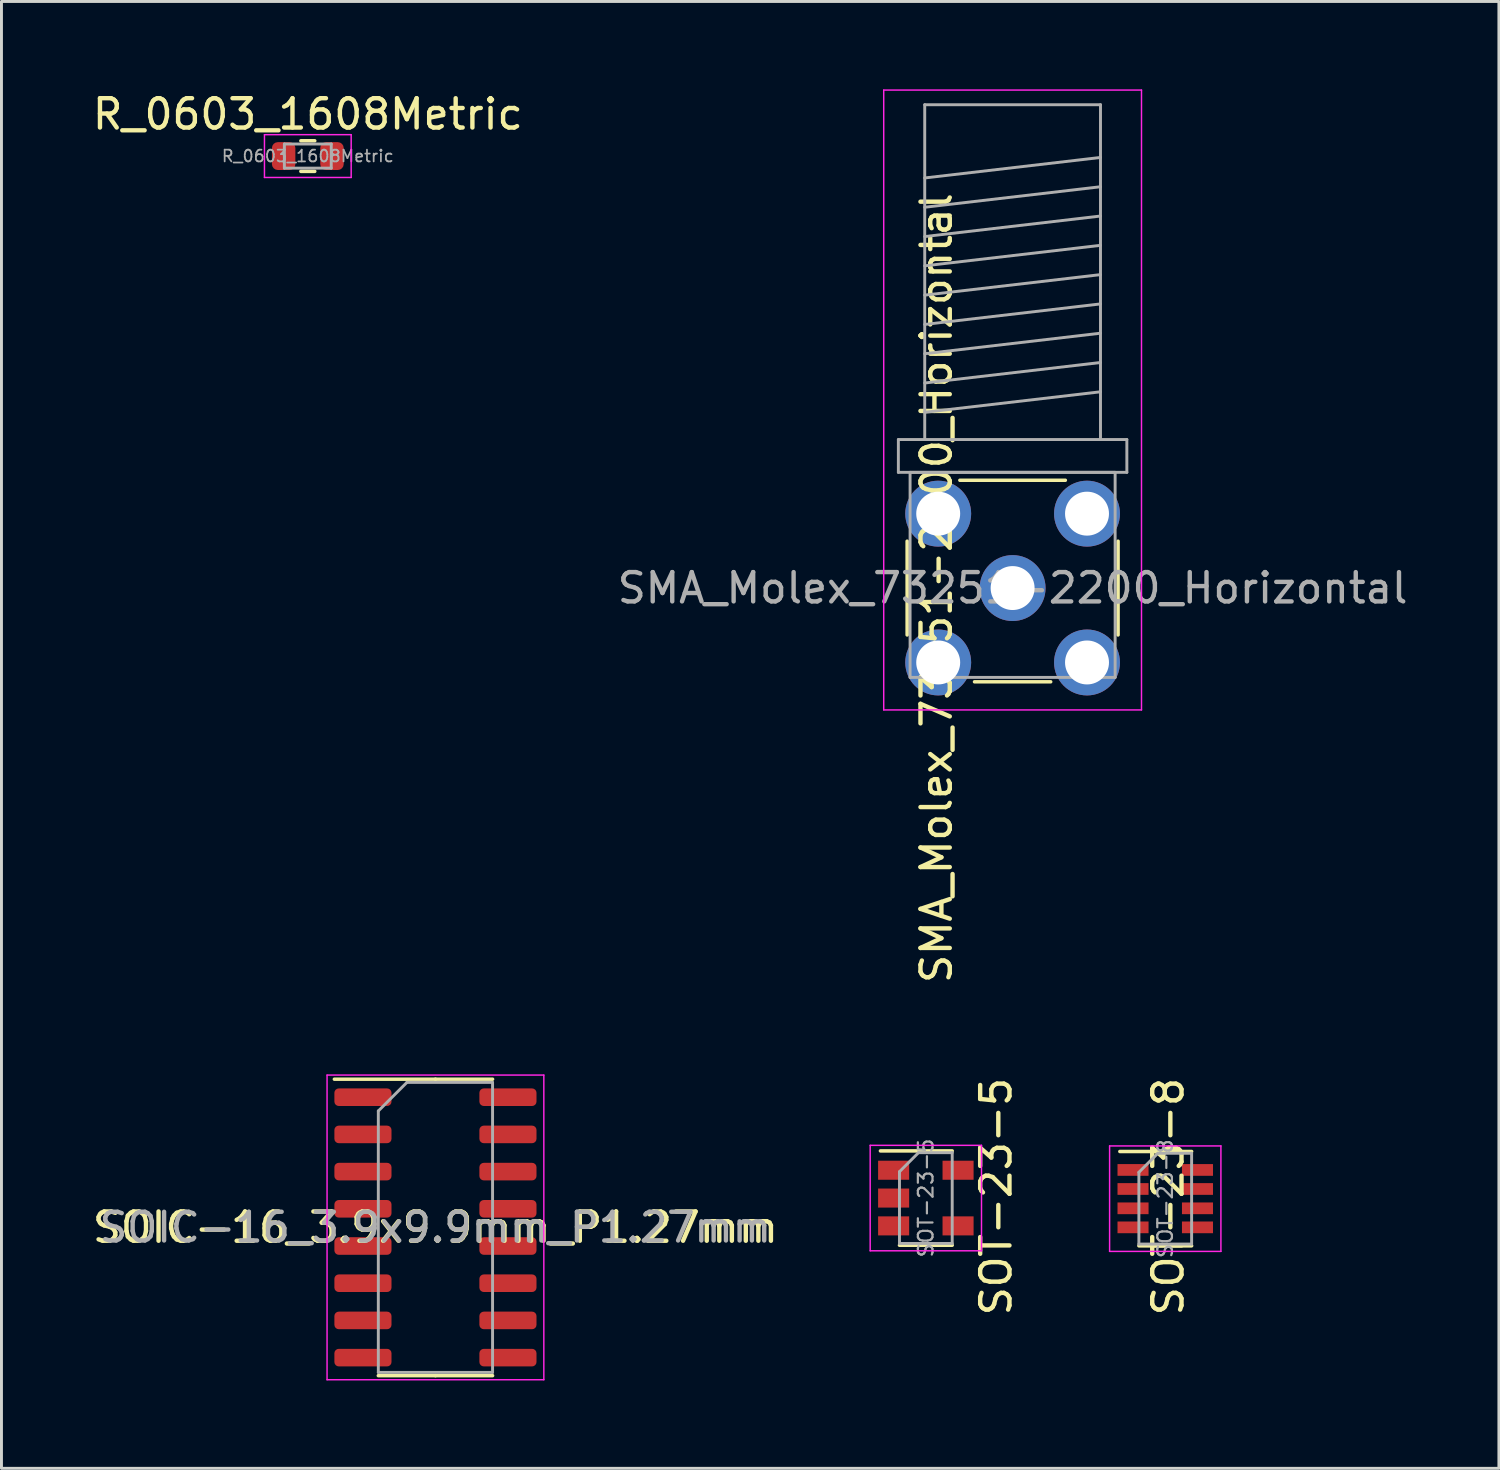
<source format=kicad_pcb>
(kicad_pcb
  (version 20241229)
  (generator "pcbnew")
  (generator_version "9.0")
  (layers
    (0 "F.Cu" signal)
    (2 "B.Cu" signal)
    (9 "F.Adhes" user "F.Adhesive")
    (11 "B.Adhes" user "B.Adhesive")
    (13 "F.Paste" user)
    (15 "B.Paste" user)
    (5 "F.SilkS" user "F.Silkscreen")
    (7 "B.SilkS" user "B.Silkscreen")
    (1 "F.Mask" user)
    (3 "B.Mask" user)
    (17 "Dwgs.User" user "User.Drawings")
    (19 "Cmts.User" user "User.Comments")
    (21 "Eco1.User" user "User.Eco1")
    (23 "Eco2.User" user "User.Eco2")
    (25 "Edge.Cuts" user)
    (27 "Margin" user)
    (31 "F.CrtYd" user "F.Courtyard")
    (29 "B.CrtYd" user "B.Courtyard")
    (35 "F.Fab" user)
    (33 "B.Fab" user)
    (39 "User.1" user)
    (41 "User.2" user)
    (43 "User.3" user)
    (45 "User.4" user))
  (footprint "SMA_Molex_73251-2200_Horizontal"
    (layer "F.Cu")
    (at 31.518 17.025)
    (property "Reference" "SMA_Molex_73251-2200_Horizontal" (at -2.6 0 90) (layer "F.SilkS") (effects (font (size 1 1) (thickness 0.15))))
    (attr through_hole)
    (fp_line (start -3.6 -1.6) (end -3.6 1.6) (stroke (width 0.12) (type solid)) (layer "F.SilkS"))
    (fp_line (start -1.8 -3.68) (end 1.8 -3.68) (stroke (width 0.12) (type solid)) (layer "F.SilkS"))
    (fp_line (start -1.3 3.2) (end 1.3 3.2) (stroke (width 0.12) (type solid)) (layer "F.SilkS"))
    (fp_line (start 3.6 -1.6) (end 3.6 1.6) (stroke (width 0.12) (type solid)) (layer "F.SilkS"))
    (fp_line (start -4.4 -17) (end -4.4 4.16) (stroke (width 0.05) (type solid)) (layer "F.CrtYd"))
    (fp_line (start -4.4 -17) (end 4.4 -17) (stroke (width 0.05) (type solid)) (layer "F.CrtYd"))
    (fp_line (start 4.4 4.16) (end -4.4 4.16) (stroke (width 0.05) (type solid)) (layer "F.CrtYd"))
    (fp_line (start 4.4 4.16) (end 4.4 -17) (stroke (width 0.05) (type solid)) (layer "F.CrtYd"))
    (fp_line (start -3.9 -5.07) (end -3.9 -3.95) (stroke (width 0.1) (type solid)) (layer "F.Fab"))
    (fp_line (start -3.9 -3.95) (end 3.9 -3.95) (stroke (width 0.1) (type solid)) (layer "F.Fab"))
    (fp_line (start -3.5 -3.95) (end -3.5 3.05) (stroke (width 0.1) (type solid)) (layer "F.Fab"))
    (fp_line (start -3.5 -3.95) (end 3.5 -3.95) (stroke (width 0.1) (type solid)) (layer "F.Fab"))
    (fp_line (start -3.5 3.05) (end 3.5 3.05) (stroke (width 0.1) (type solid)) (layer "F.Fab"))
    (fp_line (start -3 -16.5) (end -3 -5.07) (stroke (width 0.1) (type solid)) (layer "F.Fab"))
    (fp_line (start -3 -16.5) (end 3 -16.5) (stroke (width 0.1) (type solid)) (layer "F.Fab"))
    (fp_line (start -3 -14) (end 3 -14.7) (stroke (width 0.1) (type solid)) (layer "F.Fab"))
    (fp_line (start -3 -13) (end 3 -13.7) (stroke (width 0.1) (type solid)) (layer "F.Fab"))
    (fp_line (start -3 -12) (end 3 -12.7) (stroke (width 0.1) (type solid)) (layer "F.Fab"))
    (fp_line (start -3 -11) (end 3 -11.7) (stroke (width 0.1) (type solid)) (layer "F.Fab"))
    (fp_line (start -3 -10) (end 3 -10.7) (stroke (width 0.1) (type solid)) (layer "F.Fab"))
    (fp_line (start -3 -9) (end 3 -9.7) (stroke (width 0.1) (type solid)) (layer "F.Fab"))
    (fp_line (start -3 -8) (end 3 -8.7) (stroke (width 0.1) (type solid)) (layer "F.Fab"))
    (fp_line (start -3 -7) (end 3 -7.7) (stroke (width 0.1) (type solid)) (layer "F.Fab"))
    (fp_line (start -3 -6) (end 3 -6.7) (stroke (width 0.1) (type solid)) (layer "F.Fab"))
    (fp_line (start 3 -16.5) (end 3 -5.07) (stroke (width 0.1) (type solid)) (layer "F.Fab"))
    (fp_line (start 3.5 -3.95) (end 3.5 3.05) (stroke (width 0.1) (type solid)) (layer "F.Fab"))
    (fp_line (start 3.9 -5.07) (end -3.9 -5.07) (stroke (width 0.1) (type solid)) (layer "F.Fab"))
    (fp_line (start 3.9 -3.95) (end 3.9 -5.07) (stroke (width 0.1) (type solid)) (layer "F.Fab"))
    (fp_text user "${REFERENCE}" (at 0 0 180) (layer "F.Fab") (effects (font (size 1 1) (thickness 0.15))))
    (pad "1" thru_hole circle (at 0 0) (size 2.25 2.25) (drill 1.5) (layers "*.Cu" "*.Mask"))
    (pad "2" thru_hole circle (at -2.54 -2.54) (size 2.25 2.25) (drill 1.5) (layers "*.Cu" "*.Mask"))
    (pad "2" thru_hole circle (at -2.54 2.54) (size 2.25 2.25) (drill 1.5) (layers "*.Cu" "*.Mask"))
    (pad "2" thru_hole circle (at 2.54 -2.54) (size 2.25 2.25) (drill 1.5) (layers "*.Cu" "*.Mask"))
    (pad "2" thru_hole circle (at 2.54 2.54 90) (size 2.25 2.25) (drill 1.5) (layers "*.Cu" "*.Mask")))
  (footprint "SOT-23-8"
    (layer "F.Cu")
    (at 36.729 37.869)
    (property "Reference" "SOT-23-8" (at 0.1 -0.07 90) (layer "F.SilkS") (effects (font (size 1 1) (thickness 0.15))))
    (attr smd)
    (fp_line (start -0.9 1.61) (end 0.9 1.61) (stroke (width 0.12) (type solid)) (layer "F.SilkS"))
    (fp_line (start 0.9 -1.61) (end -1.55 -1.61) (stroke (width 0.12) (type solid)) (layer "F.SilkS"))
    (fp_line (start -1.9 -1.8) (end -1.9 1.8) (stroke (width 0.05) (type solid)) (layer "F.CrtYd"))
    (fp_line (start -1.9 1.8) (end 1.9 1.8) (stroke (width 0.05) (type solid)) (layer "F.CrtYd"))
    (fp_line (start 1.9 -1.8) (end -1.9 -1.8) (stroke (width 0.05) (type solid)) (layer "F.CrtYd"))
    (fp_line (start 1.9 1.8) (end 1.9 -1.8) (stroke (width 0.05) (type solid)) (layer "F.CrtYd"))
    (fp_line (start -0.9 -0.9) (end -0.9 1.55) (stroke (width 0.1) (type solid)) (layer "F.Fab"))
    (fp_line (start -0.9 -0.9) (end -0.25 -1.55) (stroke (width 0.1) (type solid)) (layer "F.Fab"))
    (fp_line (start 0.9 -1.55) (end -0.25 -1.55) (stroke (width 0.1) (type solid)) (layer "F.Fab"))
    (fp_line (start 0.9 -1.55) (end 0.9 1.55) (stroke (width 0.1) (type solid)) (layer "F.Fab"))
    (fp_line (start 0.9 1.55) (end -0.9 1.55) (stroke (width 0.1) (type solid)) (layer "F.Fab"))
    (fp_text user "${REFERENCE}" (at 0 0 90) (layer "F.Fab") (effects (font (size 0.5 0.5) (thickness 0.075))))
    (pad "1" smd rect (at -1.1 -0.98 180) (size 1.06 0.4) (layers "F.Cu" "F.Mask" "F.Paste"))
    (pad "2" smd rect (at -1.1 -0.33 180) (size 1.06 0.4) (layers "F.Cu" "F.Mask" "F.Paste"))
    (pad "3" smd rect (at -1.1 0.33 180) (size 1.06 0.4) (layers "F.Cu" "F.Mask" "F.Paste"))
    (pad "4" smd rect (at -1.1 0.98 180) (size 1.06 0.4) (layers "F.Cu" "F.Mask" "F.Paste"))
    (pad "5" smd rect (at 1.1 0.98 180) (size 1.06 0.4) (layers "F.Cu" "F.Mask" "F.Paste"))
    (pad "6" smd rect (at 1.1 0.33 180) (size 1.06 0.4) (layers "F.Cu" "F.Mask" "F.Paste"))
    (pad "7" smd rect (at 1.1 -0.33 180) (size 1.06 0.4) (layers "F.Cu" "F.Mask" "F.Paste"))
    (pad "8" smd rect (at 1.1 -0.98 180) (size 1.06 0.4) (layers "F.Cu" "F.Mask" "F.Paste")))
  (footprint "SOT-23-5"
    (layer "F.Cu")
    (at 28.556 37.849)
    (property "Reference" "SOT-23-5" (at 2.4 -0.05 90) (layer "F.SilkS") (effects (font (size 1 1) (thickness 0.15))))
    (attr smd)
    (fp_line (start -0.9 1.61) (end 0.9 1.61) (stroke (width 0.12) (type solid)) (layer "F.SilkS"))
    (fp_line (start 0.9 -1.61) (end -1.55 -1.61) (stroke (width 0.12) (type solid)) (layer "F.SilkS"))
    (fp_line (start -1.9 -1.8) (end 1.9 -1.8) (stroke (width 0.05) (type solid)) (layer "F.CrtYd"))
    (fp_line (start -1.9 1.8) (end -1.9 -1.8) (stroke (width 0.05) (type solid)) (layer "F.CrtYd"))
    (fp_line (start 1.9 -1.8) (end 1.9 1.8) (stroke (width 0.05) (type solid)) (layer "F.CrtYd"))
    (fp_line (start 1.9 1.8) (end -1.9 1.8) (stroke (width 0.05) (type solid)) (layer "F.CrtYd"))
    (fp_line (start -0.9 -0.9) (end -0.9 1.55) (stroke (width 0.1) (type solid)) (layer "F.Fab"))
    (fp_line (start -0.9 -0.9) (end -0.25 -1.55) (stroke (width 0.1) (type solid)) (layer "F.Fab"))
    (fp_line (start 0.9 -1.55) (end -0.25 -1.55) (stroke (width 0.1) (type solid)) (layer "F.Fab"))
    (fp_line (start 0.9 -1.55) (end 0.9 1.55) (stroke (width 0.1) (type solid)) (layer "F.Fab"))
    (fp_line (start 0.9 1.55) (end -0.9 1.55) (stroke (width 0.1) (type solid)) (layer "F.Fab"))
    (fp_text user "${REFERENCE}" (at 0 0 90) (layer "F.Fab") (effects (font (size 0.5 0.5) (thickness 0.075))))
    (pad "1" smd rect (at -1.1 -0.95 180) (size 1.06 0.65) (layers "F.Cu" "F.Mask" "F.Paste"))
    (pad "2" smd rect (at -1.1 0 180) (size 1.06 0.65) (layers "F.Cu" "F.Mask" "F.Paste"))
    (pad "3" smd rect (at -1.1 0.95 180) (size 1.06 0.65) (layers "F.Cu" "F.Mask" "F.Paste"))
    (pad "4" smd rect (at 1.1 0.95 180) (size 1.06 0.65) (layers "F.Cu" "F.Mask" "F.Paste"))
    (pad "5" smd rect (at 1.1 -0.95 180) (size 1.06 0.65) (layers "F.Cu" "F.Mask" "F.Paste")))
  (footprint "SOIC-16_3.9x9.9mm_P1.27mm"
    (layer "F.Cu")
    (at 11.815 38.851)
    (property "Reference" "SOIC-16_3.9x9.9mm_P1.27mm" (at 0 0 0) (layer "F.SilkS") (effects (font (size 1 1) (thickness 0.15))))
    (attr smd)
    (fp_line (start 0 -5.06) (end -3.45 -5.06) (stroke (width 0.12) (type solid)) (layer "F.SilkS"))
    (fp_line (start 0 -5.06) (end 1.95 -5.06) (stroke (width 0.12) (type solid)) (layer "F.SilkS"))
    (fp_line (start 0 5.06) (end -1.95 5.06) (stroke (width 0.12) (type solid)) (layer "F.SilkS"))
    (fp_line (start 0 5.06) (end 1.95 5.06) (stroke (width 0.12) (type solid)) (layer "F.SilkS"))
    (fp_line (start -3.7 -5.2) (end -3.7 5.2) (stroke (width 0.05) (type solid)) (layer "F.CrtYd"))
    (fp_line (start -3.7 5.2) (end 3.7 5.2) (stroke (width 0.05) (type solid)) (layer "F.CrtYd"))
    (fp_line (start 3.7 -5.2) (end -3.7 -5.2) (stroke (width 0.05) (type solid)) (layer "F.CrtYd"))
    (fp_line (start 3.7 5.2) (end 3.7 -5.2) (stroke (width 0.05) (type solid)) (layer "F.CrtYd"))
    (fp_line (start -1.95 -3.975) (end -0.975 -4.95) (stroke (width 0.1) (type solid)) (layer "F.Fab"))
    (fp_line (start -1.95 4.95) (end -1.95 -3.975) (stroke (width 0.1) (type solid)) (layer "F.Fab"))
    (fp_line (start -0.975 -4.95) (end 1.95 -4.95) (stroke (width 0.1) (type solid)) (layer "F.Fab"))
    (fp_line (start 1.95 -4.95) (end 1.95 4.95) (stroke (width 0.1) (type solid)) (layer "F.Fab"))
    (fp_line (start 1.95 4.95) (end -1.95 4.95) (stroke (width 0.1) (type solid)) (layer "F.Fab"))
    (fp_text user "${REFERENCE}" (at 0 0 0) (layer "F.Fab") (effects (font (size 0.98 0.98) (thickness 0.15))))
    (pad "1" smd roundrect (at -2.475 -4.445) (size 1.95 0.6) (layers "F.Cu" "F.Mask" "F.Paste") (roundrect_rratio 0.25))
    (pad "2" smd roundrect (at -2.475 -3.175) (size 1.95 0.6) (layers "F.Cu" "F.Mask" "F.Paste") (roundrect_rratio 0.25))
    (pad "3" smd roundrect (at -2.475 -1.905) (size 1.95 0.6) (layers "F.Cu" "F.Mask" "F.Paste") (roundrect_rratio 0.25))
    (pad "4" smd roundrect (at -2.475 -0.635) (size 1.95 0.6) (layers "F.Cu" "F.Mask" "F.Paste") (roundrect_rratio 0.25))
    (pad "5" smd roundrect (at -2.475 0.635) (size 1.95 0.6) (layers "F.Cu" "F.Mask" "F.Paste") (roundrect_rratio 0.25))
    (pad "6" smd roundrect (at -2.475 1.905) (size 1.95 0.6) (layers "F.Cu" "F.Mask" "F.Paste") (roundrect_rratio 0.25))
    (pad "7" smd roundrect (at -2.475 3.175) (size 1.95 0.6) (layers "F.Cu" "F.Mask" "F.Paste") (roundrect_rratio 0.25))
    (pad "8" smd roundrect (at -2.475 4.445) (size 1.95 0.6) (layers "F.Cu" "F.Mask" "F.Paste") (roundrect_rratio 0.25))
    (pad "9" smd roundrect (at 2.475 4.445) (size 1.95 0.6) (layers "F.Cu" "F.Mask" "F.Paste") (roundrect_rratio 0.25))
    (pad "10" smd roundrect (at 2.475 3.175) (size 1.95 0.6) (layers "F.Cu" "F.Mask" "F.Paste") (roundrect_rratio 0.25))
    (pad "11" smd roundrect (at 2.475 1.905) (size 1.95 0.6) (layers "F.Cu" "F.Mask" "F.Paste") (roundrect_rratio 0.25))
    (pad "12" smd roundrect (at 2.475 0.635) (size 1.95 0.6) (layers "F.Cu" "F.Mask" "F.Paste") (roundrect_rratio 0.25))
    (pad "13" smd roundrect (at 2.475 -0.635) (size 1.95 0.6) (layers "F.Cu" "F.Mask" "F.Paste") (roundrect_rratio 0.25))
    (pad "14" smd roundrect (at 2.475 -1.905) (size 1.95 0.6) (layers "F.Cu" "F.Mask" "F.Paste") (roundrect_rratio 0.25))
    (pad "15" smd roundrect (at 2.475 -3.175) (size 1.95 0.6) (layers "F.Cu" "F.Mask" "F.Paste") (roundrect_rratio 0.25))
    (pad "16" smd roundrect (at 2.475 -4.445) (size 1.95 0.6) (layers "F.Cu" "F.Mask" "F.Paste") (roundrect_rratio 0.25)))
  (footprint "R_0603_1608Metric"
    (layer "F.Cu")
    (at 7.458 2.278)
    (property "Reference" "R_0603_1608Metric" (at 0 -1.43 0) (layer "F.SilkS") (effects (font (size 1 1) (thickness 0.15))))
    (attr smd)
    (fp_line (start -0.237 -0.522) (end 0.237 -0.522) (stroke (width 0.12) (type solid)) (layer "F.SilkS"))
    (fp_line (start -0.237 0.522) (end 0.237 0.522) (stroke (width 0.12) (type solid)) (layer "F.SilkS"))
    (fp_line (start -1.48 -0.73) (end 1.48 -0.73) (stroke (width 0.05) (type solid)) (layer "F.CrtYd"))
    (fp_line (start -1.48 0.73) (end -1.48 -0.73) (stroke (width 0.05) (type solid)) (layer "F.CrtYd"))
    (fp_line (start 1.48 -0.73) (end 1.48 0.73) (stroke (width 0.05) (type solid)) (layer "F.CrtYd"))
    (fp_line (start 1.48 0.73) (end -1.48 0.73) (stroke (width 0.05) (type solid)) (layer "F.CrtYd"))
    (fp_line (start -0.8 -0.412) (end 0.8 -0.412) (stroke (width 0.1) (type solid)) (layer "F.Fab"))
    (fp_line (start -0.8 0.412) (end -0.8 -0.412) (stroke (width 0.1) (type solid)) (layer "F.Fab"))
    (fp_line (start 0.8 -0.412) (end 0.8 0.412) (stroke (width 0.1) (type solid)) (layer "F.Fab"))
    (fp_line (start 0.8 0.412) (end -0.8 0.412) (stroke (width 0.1) (type solid)) (layer "F.Fab"))
    (fp_text user "${REFERENCE}" (at 0 0 0) (layer "F.Fab") (effects (font (size 0.4 0.4) (thickness 0.06))))
    (pad "1" smd roundrect (at -0.825 0 180) (size 0.8 0.95) (layers "F.Cu" "F.Mask" "F.Paste") (roundrect_rratio 0.25))
    (pad "2" smd roundrect (at 0.825 0 180) (size 0.8 0.95) (layers "F.Cu" "F.Mask" "F.Paste") (roundrect_rratio 0.25)))
  (gr_rect
    (start -3 -3)
    (end 48.119 47.076)
    (stroke (width 0.1) (type default))
    (fill no)
    (layer "Edge.Cuts")))
</source>
